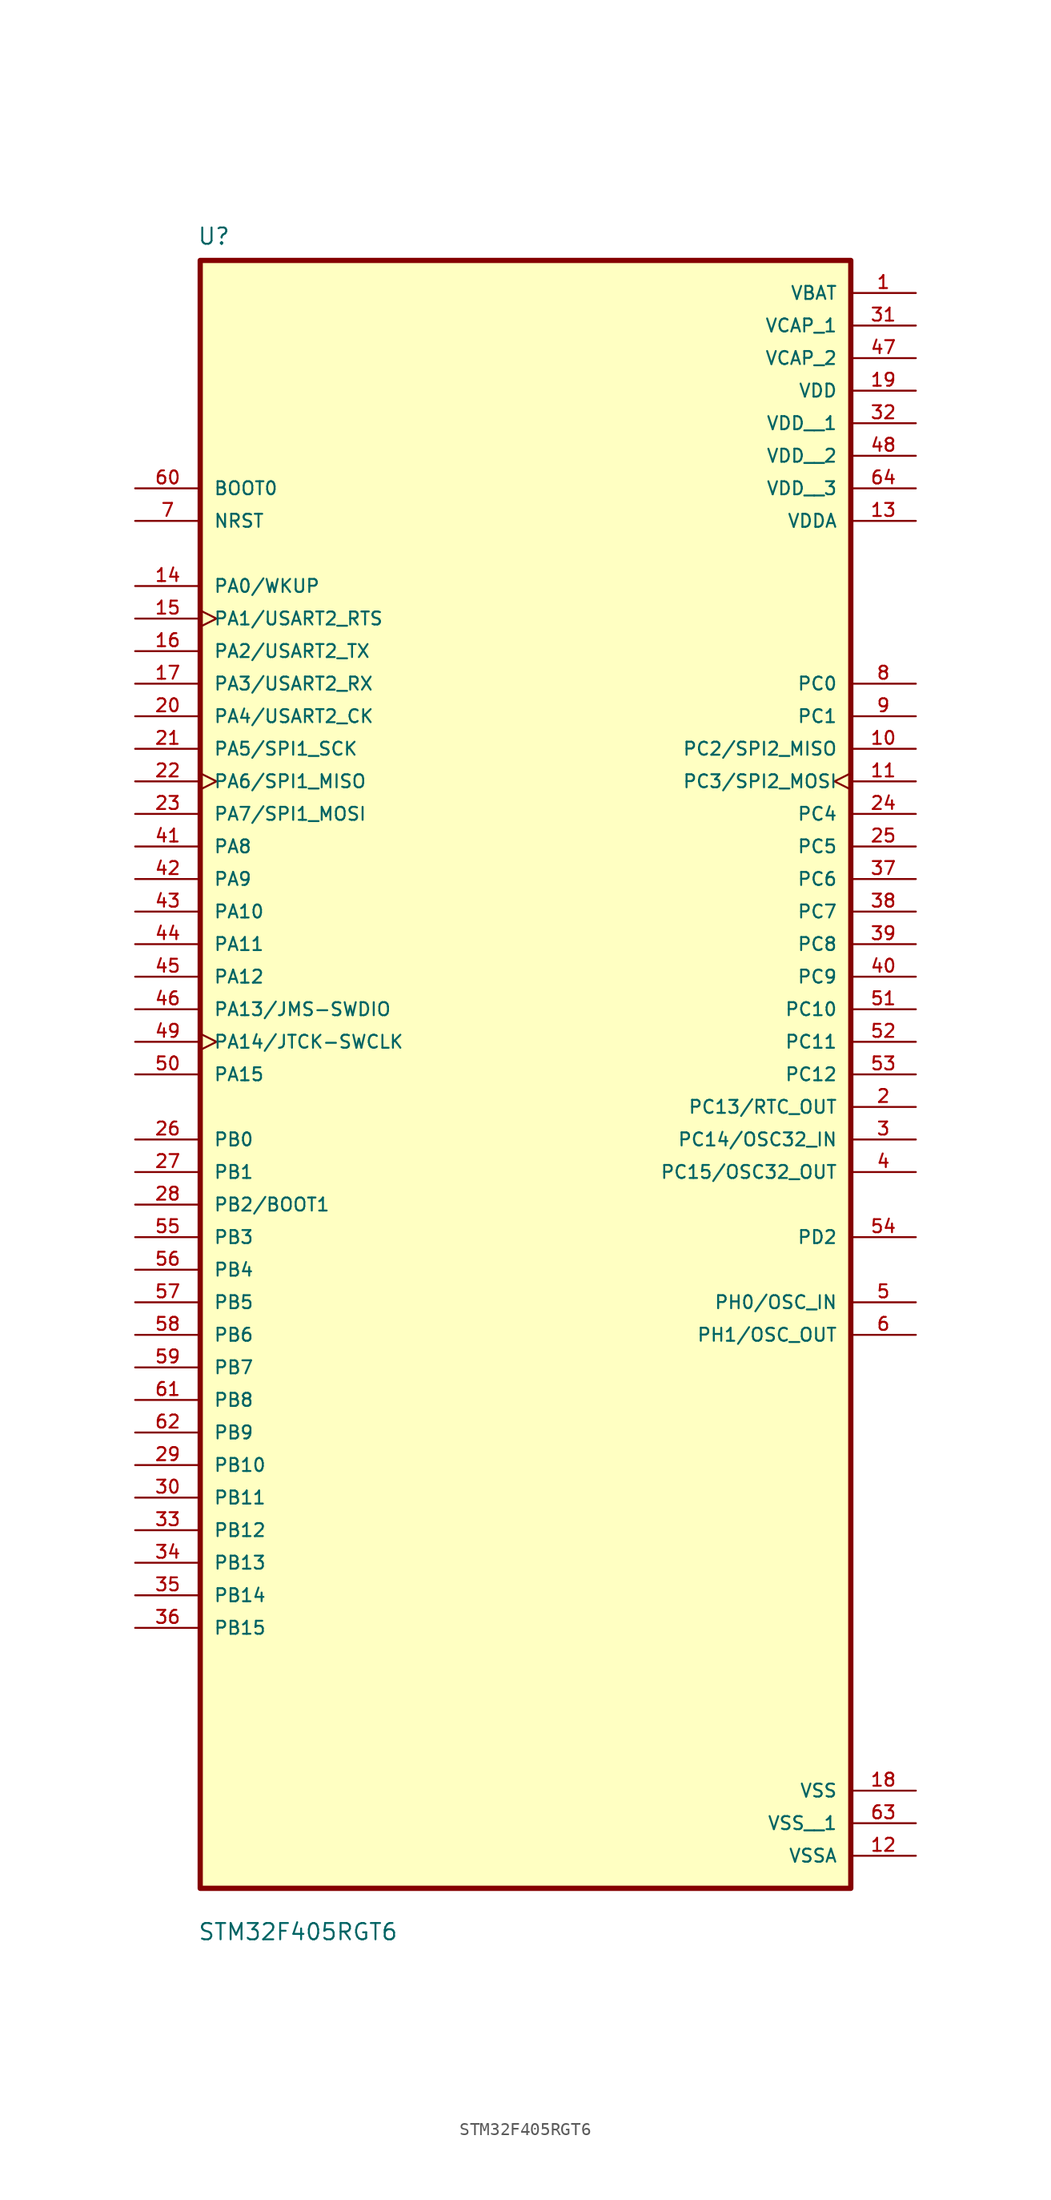
<source format=kicad_sym>
(kicad_symbol_lib
  (version 20211014)
  (generator kicad_symbol_editor)
  (symbol "STM32F405RGT6"
    (pin_names
      (offset 1.016))
    (property "Reference" "U"
      (at -25.644 59.558 0.0)
      (effects (font (size 1.27 1.27)) (justify bottom left)))
    (property "Value" "STM32F405RGT6"
      (at -25.604 -72.72 0.0)
      (effects (font (size 1.27 1.27)) (justify bottom left)))
    (symbol "STM32F405RGT6_0_0"
      (rectangle (start -25.4 -68.58) (end 25.4 58.42) (stroke (width 0.41)) (fill (type background)))
      (pin bidirectional line (at -30.48 40.64 0) (length 5.08) (name "BOOT0" (effects (font (size 1.016 1.016)))) (number "60" (effects (font (size 1.016 1.016)))))
      (pin bidirectional line (at -30.48 38.1 0) (length 5.08) (name "NRST" (effects (font (size 1.016 1.016)))) (number "7" (effects (font (size 1.016 1.016)))))
      (pin bidirectional line (at -30.48 33.02 0) (length 5.08) (name "PA0/WKUP" (effects (font (size 1.016 1.016)))) (number "14" (effects (font (size 1.016 1.016)))))
      (pin bidirectional line (at -30.48 7.62 0) (length 5.08) (name "PA10" (effects (font (size 1.016 1.016)))) (number "43" (effects (font (size 1.016 1.016)))))
      (pin bidirectional line (at -30.48 5.08 0) (length 5.08) (name "PA11" (effects (font (size 1.016 1.016)))) (number "44" (effects (font (size 1.016 1.016)))))
      (pin bidirectional line (at -30.48 2.54 0) (length 5.08) (name "PA12" (effects (font (size 1.016 1.016)))) (number "45" (effects (font (size 1.016 1.016)))))
      (pin bidirectional line (at -30.48 0.0 0) (length 5.08) (name "PA13/JMS-SWDIO" (effects (font (size 1.016 1.016)))) (number "46" (effects (font (size 1.016 1.016)))))
      (pin bidirectional clock (at -30.48 -2.54 0) (length 5.08) (name "PA14/JTCK-SWCLK" (effects (font (size 1.016 1.016)))) (number "49" (effects (font (size 1.016 1.016)))))
      (pin bidirectional line (at -30.48 -5.08 0) (length 5.08) (name "PA15" (effects (font (size 1.016 1.016)))) (number "50" (effects (font (size 1.016 1.016)))))
      (pin bidirectional clock (at -30.48 30.48 0) (length 5.08) (name "PA1/USART2_RTS" (effects (font (size 1.016 1.016)))) (number "15" (effects (font (size 1.016 1.016)))))
      (pin bidirectional line (at -30.48 27.94 0) (length 5.08) (name "PA2/USART2_TX" (effects (font (size 1.016 1.016)))) (number "16" (effects (font (size 1.016 1.016)))))
      (pin bidirectional line (at -30.48 25.4 0) (length 5.08) (name "PA3/USART2_RX" (effects (font (size 1.016 1.016)))) (number "17" (effects (font (size 1.016 1.016)))))
      (pin bidirectional line (at -30.48 22.86 0) (length 5.08) (name "PA4/USART2_CK" (effects (font (size 1.016 1.016)))) (number "20" (effects (font (size 1.016 1.016)))))
      (pin bidirectional line (at -30.48 20.32 0) (length 5.08) (name "PA5/SPI1_SCK" (effects (font (size 1.016 1.016)))) (number "21" (effects (font (size 1.016 1.016)))))
      (pin bidirectional clock (at -30.48 17.78 0) (length 5.08) (name "PA6/SPI1_MISO" (effects (font (size 1.016 1.016)))) (number "22" (effects (font (size 1.016 1.016)))))
      (pin bidirectional line (at -30.48 15.24 0) (length 5.08) (name "PA7/SPI1_MOSI" (effects (font (size 1.016 1.016)))) (number "23" (effects (font (size 1.016 1.016)))))
      (pin bidirectional line (at -30.48 12.7 0) (length 5.08) (name "PA8" (effects (font (size 1.016 1.016)))) (number "41" (effects (font (size 1.016 1.016)))))
      (pin bidirectional line (at -30.48 10.16 0) (length 5.08) (name "PA9" (effects (font (size 1.016 1.016)))) (number "42" (effects (font (size 1.016 1.016)))))
      (pin bidirectional line (at -30.48 -10.16 0) (length 5.08) (name "PB0" (effects (font (size 1.016 1.016)))) (number "26" (effects (font (size 1.016 1.016)))))
      (pin bidirectional line (at -30.48 -12.7 0) (length 5.08) (name "PB1" (effects (font (size 1.016 1.016)))) (number "27" (effects (font (size 1.016 1.016)))))
      (pin bidirectional line (at -30.48 -35.56 0) (length 5.08) (name "PB10" (effects (font (size 1.016 1.016)))) (number "29" (effects (font (size 1.016 1.016)))))
      (pin bidirectional line (at -30.48 -38.1 0) (length 5.08) (name "PB11" (effects (font (size 1.016 1.016)))) (number "30" (effects (font (size 1.016 1.016)))))
      (pin bidirectional line (at -30.48 -40.64 0) (length 5.08) (name "PB12" (effects (font (size 1.016 1.016)))) (number "33" (effects (font (size 1.016 1.016)))))
      (pin bidirectional line (at -30.48 -43.18 0) (length 5.08) (name "PB13" (effects (font (size 1.016 1.016)))) (number "34" (effects (font (size 1.016 1.016)))))
      (pin bidirectional line (at -30.48 -45.72 0) (length 5.08) (name "PB14" (effects (font (size 1.016 1.016)))) (number "35" (effects (font (size 1.016 1.016)))))
      (pin bidirectional line (at -30.48 -48.26 0) (length 5.08) (name "PB15" (effects (font (size 1.016 1.016)))) (number "36" (effects (font (size 1.016 1.016)))))
      (pin bidirectional line (at -30.48 -15.24 0) (length 5.08) (name "PB2/BOOT1" (effects (font (size 1.016 1.016)))) (number "28" (effects (font (size 1.016 1.016)))))
      (pin power_in line (at 30.48 55.88 180.0) (length 5.08) (name "VBAT" (effects (font (size 1.016 1.016)))) (number "1" (effects (font (size 1.016 1.016)))))
      (pin power_in line (at 30.48 53.34 180.0) (length 5.08) (name "VCAP_1" (effects (font (size 1.016 1.016)))) (number "31" (effects (font (size 1.016 1.016)))))
      (pin power_in line (at 30.48 48.26 180.0) (length 5.08) (name "VDD" (effects (font (size 1.016 1.016)))) (number "19" (effects (font (size 1.016 1.016)))))
      (pin power_in line (at 30.48 38.1 180.0) (length 5.08) (name "VDDA" (effects (font (size 1.016 1.016)))) (number "13" (effects (font (size 1.016 1.016)))))
      (pin power_in line (at 30.48 -60.96 180.0) (length 5.08) (name "VSS" (effects (font (size 1.016 1.016)))) (number "18" (effects (font (size 1.016 1.016)))))
      (pin power_in line (at 30.48 -66.04 180.0) (length 5.08) (name "VSSA" (effects (font (size 1.016 1.016)))) (number "12" (effects (font (size 1.016 1.016)))))
      (pin bidirectional line (at -30.48 -17.78 0) (length 5.08) (name "PB3" (effects (font (size 1.016 1.016)))) (number "55" (effects (font (size 1.016 1.016)))))
      (pin bidirectional line (at -30.48 -20.32 0) (length 5.08) (name "PB4" (effects (font (size 1.016 1.016)))) (number "56" (effects (font (size 1.016 1.016)))))
      (pin bidirectional line (at -30.48 -22.86 0) (length 5.08) (name "PB5" (effects (font (size 1.016 1.016)))) (number "57" (effects (font (size 1.016 1.016)))))
      (pin bidirectional line (at -30.48 -25.4 0) (length 5.08) (name "PB6" (effects (font (size 1.016 1.016)))) (number "58" (effects (font (size 1.016 1.016)))))
      (pin bidirectional line (at -30.48 -27.94 0) (length 5.08) (name "PB7" (effects (font (size 1.016 1.016)))) (number "59" (effects (font (size 1.016 1.016)))))
      (pin bidirectional line (at -30.48 -33.02 0) (length 5.08) (name "PB9" (effects (font (size 1.016 1.016)))) (number "62" (effects (font (size 1.016 1.016)))))
      (pin bidirectional line (at -30.48 -30.48 0) (length 5.08) (name "PB8" (effects (font (size 1.016 1.016)))) (number "61" (effects (font (size 1.016 1.016)))))
      (pin bidirectional line (at 30.48 25.4 180.0) (length 5.08) (name "PC0" (effects (font (size 1.016 1.016)))) (number "8" (effects (font (size 1.016 1.016)))))
      (pin bidirectional line (at 30.48 0.0 180.0) (length 5.08) (name "PC10" (effects (font (size 1.016 1.016)))) (number "51" (effects (font (size 1.016 1.016)))))
      (pin bidirectional line (at 30.48 -2.54 180.0) (length 5.08) (name "PC11" (effects (font (size 1.016 1.016)))) (number "52" (effects (font (size 1.016 1.016)))))
      (pin bidirectional line (at 30.48 -5.08 180.0) (length 5.08) (name "PC12" (effects (font (size 1.016 1.016)))) (number "53" (effects (font (size 1.016 1.016)))))
      (pin bidirectional line (at 30.48 -7.62 180.0) (length 5.08) (name "PC13/RTC_OUT" (effects (font (size 1.016 1.016)))) (number "2" (effects (font (size 1.016 1.016)))))
      (pin bidirectional line (at 30.48 -10.16 180.0) (length 5.08) (name "PC14/OSC32_IN" (effects (font (size 1.016 1.016)))) (number "3" (effects (font (size 1.016 1.016)))))
      (pin bidirectional line (at 30.48 -12.7 180.0) (length 5.08) (name "PC15/OSC32_OUT" (effects (font (size 1.016 1.016)))) (number "4" (effects (font (size 1.016 1.016)))))
      (pin bidirectional line (at 30.48 22.86 180.0) (length 5.08) (name "PC1" (effects (font (size 1.016 1.016)))) (number "9" (effects (font (size 1.016 1.016)))))
      (pin bidirectional line (at 30.48 20.32 180.0) (length 5.08) (name "PC2/SPI2_MISO" (effects (font (size 1.016 1.016)))) (number "10" (effects (font (size 1.016 1.016)))))
      (pin bidirectional clock (at 30.48 17.78 180.0) (length 5.08) (name "PC3/SPI2_MOSI" (effects (font (size 1.016 1.016)))) (number "11" (effects (font (size 1.016 1.016)))))
      (pin bidirectional line (at 30.48 15.24 180.0) (length 5.08) (name "PC4" (effects (font (size 1.016 1.016)))) (number "24" (effects (font (size 1.016 1.016)))))
      (pin bidirectional line (at 30.48 12.7 180.0) (length 5.08) (name "PC5" (effects (font (size 1.016 1.016)))) (number "25" (effects (font (size 1.016 1.016)))))
      (pin bidirectional line (at 30.48 10.16 180.0) (length 5.08) (name "PC6" (effects (font (size 1.016 1.016)))) (number "37" (effects (font (size 1.016 1.016)))))
      (pin bidirectional line (at 30.48 7.62 180.0) (length 5.08) (name "PC7" (effects (font (size 1.016 1.016)))) (number "38" (effects (font (size 1.016 1.016)))))
      (pin bidirectional line (at 30.48 5.08 180.0) (length 5.08) (name "PC8" (effects (font (size 1.016 1.016)))) (number "39" (effects (font (size 1.016 1.016)))))
      (pin bidirectional line (at 30.48 2.54 180.0) (length 5.08) (name "PC9" (effects (font (size 1.016 1.016)))) (number "40" (effects (font (size 1.016 1.016)))))
      (pin bidirectional line (at 30.48 -17.78 180.0) (length 5.08) (name "PD2" (effects (font (size 1.016 1.016)))) (number "54" (effects (font (size 1.016 1.016)))))
      (pin bidirectional line (at 30.48 -22.86 180.0) (length 5.08) (name "PH0/OSC_IN" (effects (font (size 1.016 1.016)))) (number "5" (effects (font (size 1.016 1.016)))))
      (pin bidirectional line (at 30.48 -25.4 180.0) (length 5.08) (name "PH1/OSC_OUT" (effects (font (size 1.016 1.016)))) (number "6" (effects (font (size 1.016 1.016)))))
      (pin power_in line (at 30.48 50.8 180.0) (length 5.08) (name "VCAP_2" (effects (font (size 1.016 1.016)))) (number "47" (effects (font (size 1.016 1.016)))))
      (pin power_in line (at 30.48 45.72 180.0) (length 5.08) (name "VDD__1" (effects (font (size 1.016 1.016)))) (number "32" (effects (font (size 1.016 1.016)))))
      (pin power_in line (at 30.48 43.18 180.0) (length 5.08) (name "VDD__2" (effects (font (size 1.016 1.016)))) (number "48" (effects (font (size 1.016 1.016)))))
      (pin power_in line (at 30.48 40.64 180.0) (length 5.08) (name "VDD__3" (effects (font (size 1.016 1.016)))) (number "64" (effects (font (size 1.016 1.016)))))
      (pin power_in line (at 30.48 -63.5 180.0) (length 5.08) (name "VSS__1" (effects (font (size 1.016 1.016)))) (number "63" (effects (font (size 1.016 1.016))))))))
</source>
